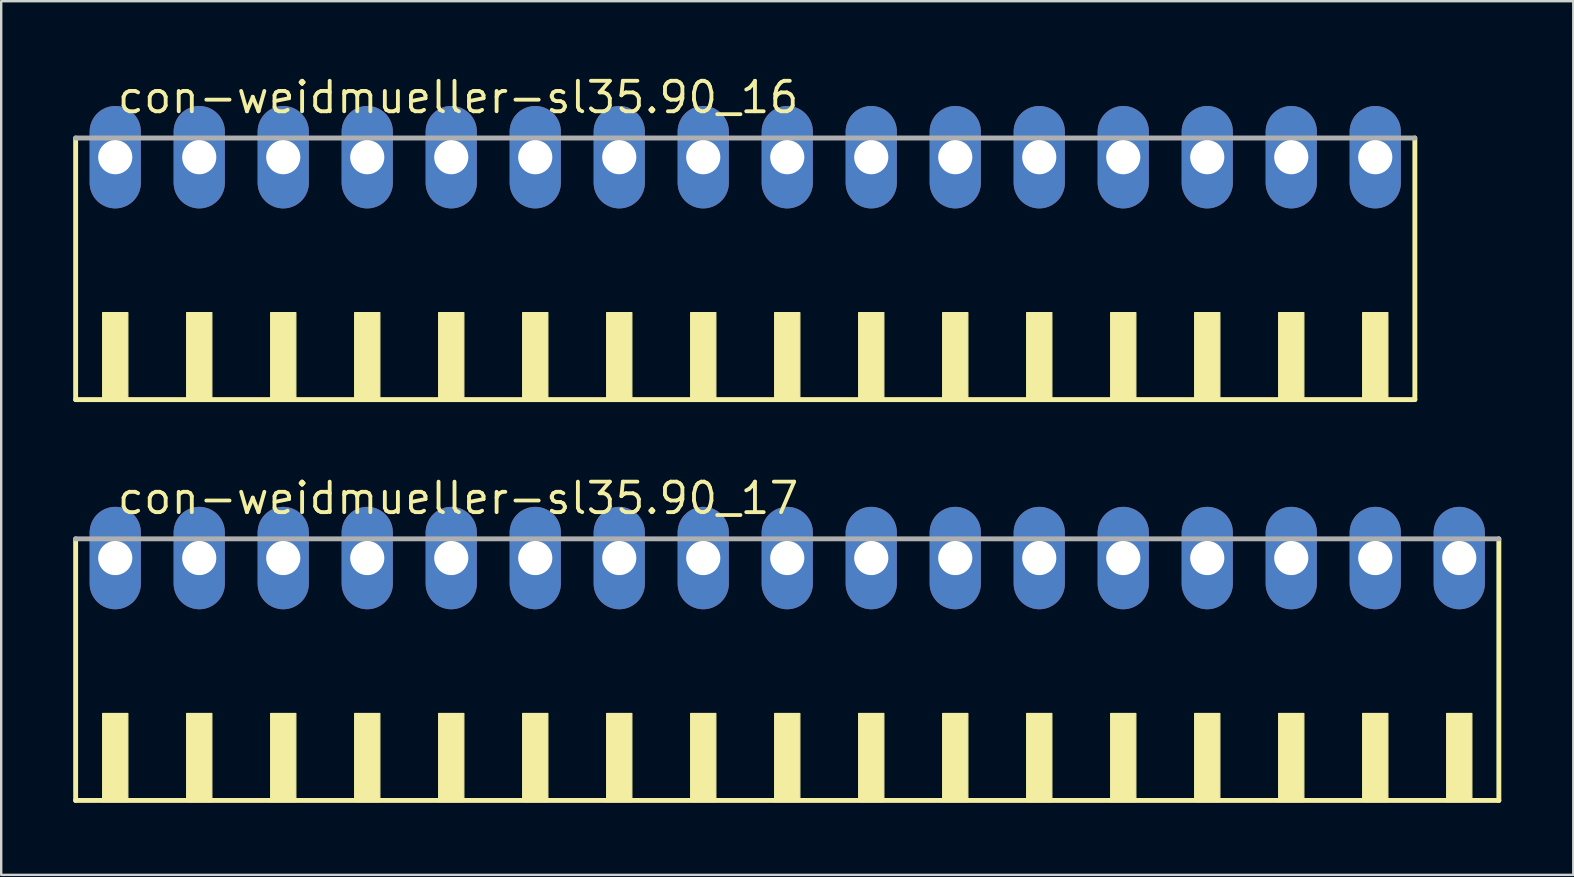
<source format=kicad_pcb>
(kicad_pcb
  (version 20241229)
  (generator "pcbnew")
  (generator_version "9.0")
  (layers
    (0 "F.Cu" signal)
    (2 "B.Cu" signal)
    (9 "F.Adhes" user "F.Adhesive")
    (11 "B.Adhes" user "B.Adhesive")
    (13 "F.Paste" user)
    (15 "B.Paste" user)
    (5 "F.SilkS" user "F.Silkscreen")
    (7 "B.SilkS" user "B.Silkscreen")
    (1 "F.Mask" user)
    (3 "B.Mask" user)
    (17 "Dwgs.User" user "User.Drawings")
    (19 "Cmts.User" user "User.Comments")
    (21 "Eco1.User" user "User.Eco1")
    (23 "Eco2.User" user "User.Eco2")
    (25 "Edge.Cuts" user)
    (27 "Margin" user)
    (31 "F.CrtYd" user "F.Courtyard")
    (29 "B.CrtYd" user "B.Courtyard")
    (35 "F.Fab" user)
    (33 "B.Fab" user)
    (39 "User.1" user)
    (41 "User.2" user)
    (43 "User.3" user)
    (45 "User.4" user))
  (footprint "con-weidmueller-sl35.90_17"
    (layer "F.Cu")
    (at 29.752 25.452)
    (property "Reference" "con-weidmueller-sl35.90_17" (at -28 -7 0) (layer "F.SilkS") (effects (font (size 1.27 1.27) (thickness 0.16)) (justify left bottom)))
    (attr through_hole)
    (fp_line (start -29.65 -6.05) (end -29.65 4.85) (stroke (width 0.203) (type default)) (layer "F.SilkS"))
    (fp_line (start -29.65 4.85) (end 29.65 4.85) (stroke (width 0.203) (type default)) (layer "F.SilkS"))
    (fp_line (start 29.65 4.85) (end 29.65 -6.05) (stroke (width 0.203) (type default)) (layer "F.SilkS"))
    (fp_rect (start -28.525 4.9) (end -27.475 1.225) (stroke (width 0.05) (type default)) (fill yes) (layer "F.SilkS"))
    (fp_rect (start -25.025 4.9) (end -23.975 1.225) (stroke (width 0.05) (type default)) (fill yes) (layer "F.SilkS"))
    (fp_rect (start -21.525 4.9) (end -20.475 1.225) (stroke (width 0.05) (type default)) (fill yes) (layer "F.SilkS"))
    (fp_rect (start -18.025 4.9) (end -16.975 1.225) (stroke (width 0.05) (type default)) (fill yes) (layer "F.SilkS"))
    (fp_rect (start -14.525 4.9) (end -13.475 1.225) (stroke (width 0.05) (type default)) (fill yes) (layer "F.SilkS"))
    (fp_rect (start -11.025 4.9) (end -9.975 1.225) (stroke (width 0.05) (type default)) (fill yes) (layer "F.SilkS"))
    (fp_rect (start -7.525 4.9) (end -6.475 1.225) (stroke (width 0.05) (type default)) (fill yes) (layer "F.SilkS"))
    (fp_rect (start -4.025 4.9) (end -2.975 1.225) (stroke (width 0.05) (type default)) (fill yes) (layer "F.SilkS"))
    (fp_rect (start -0.525 4.9) (end 0.525 1.225) (stroke (width 0.05) (type default)) (fill yes) (layer "F.SilkS"))
    (fp_rect (start 2.975 4.9) (end 4.025 1.225) (stroke (width 0.05) (type default)) (fill yes) (layer "F.SilkS"))
    (fp_rect (start 6.475 4.9) (end 7.525 1.225) (stroke (width 0.05) (type default)) (fill yes) (layer "F.SilkS"))
    (fp_rect (start 9.975 4.9) (end 11.025 1.225) (stroke (width 0.05) (type default)) (fill yes) (layer "F.SilkS"))
    (fp_rect (start 13.475 4.9) (end 14.525 1.225) (stroke (width 0.05) (type default)) (fill yes) (layer "F.SilkS"))
    (fp_rect (start 16.975 4.9) (end 18.025 1.225) (stroke (width 0.05) (type default)) (fill yes) (layer "F.SilkS"))
    (fp_rect (start 20.475 4.9) (end 21.525 1.225) (stroke (width 0.05) (type default)) (fill yes) (layer "F.SilkS"))
    (fp_rect (start 23.975 4.9) (end 25.025 1.225) (stroke (width 0.05) (type default)) (fill yes) (layer "F.SilkS"))
    (fp_rect (start 27.475 4.9) (end 28.525 1.225) (stroke (width 0.05) (type default)) (fill yes) (layer "F.SilkS"))
    (fp_line (start 29.65 -6.05) (end -29.65 -6.05) (stroke (width 0.203) (type default)) (layer "F.Fab"))
    (pad "1" thru_hole oval (at -28 -5.25 90) (size 4.267 2.134) (drill 1.422) (layers "*.Cu" "*.Mask"))
    (pad "2" thru_hole oval (at -24.5 -5.25 90) (size 4.267 2.134) (drill 1.422) (layers "*.Cu" "*.Mask"))
    (pad "3" thru_hole oval (at -21 -5.25 90) (size 4.267 2.134) (drill 1.422) (layers "*.Cu" "*.Mask"))
    (pad "4" thru_hole oval (at -17.5 -5.25 90) (size 4.267 2.134) (drill 1.422) (layers "*.Cu" "*.Mask"))
    (pad "5" thru_hole oval (at -14 -5.25 90) (size 4.267 2.134) (drill 1.422) (layers "*.Cu" "*.Mask"))
    (pad "6" thru_hole oval (at -10.5 -5.25 90) (size 4.267 2.134) (drill 1.422) (layers "*.Cu" "*.Mask"))
    (pad "7" thru_hole oval (at -7 -5.25 90) (size 4.267 2.134) (drill 1.422) (layers "*.Cu" "*.Mask"))
    (pad "8" thru_hole oval (at -3.5 -5.25 90) (size 4.267 2.134) (drill 1.422) (layers "*.Cu" "*.Mask"))
    (pad "9" thru_hole oval (at 0 -5.25 90) (size 4.267 2.134) (drill 1.422) (layers "*.Cu" "*.Mask"))
    (pad "10" thru_hole oval (at 3.5 -5.25 90) (size 4.267 2.134) (drill 1.422) (layers "*.Cu" "*.Mask"))
    (pad "11" thru_hole oval (at 7 -5.25 90) (size 4.267 2.134) (drill 1.422) (layers "*.Cu" "*.Mask"))
    (pad "12" thru_hole oval (at 10.5 -5.25 90) (size 4.267 2.134) (drill 1.422) (layers "*.Cu" "*.Mask"))
    (pad "13" thru_hole oval (at 14 -5.25 90) (size 4.267 2.134) (drill 1.422) (layers "*.Cu" "*.Mask"))
    (pad "14" thru_hole oval (at 17.5 -5.25 90) (size 4.267 2.134) (drill 1.422) (layers "*.Cu" "*.Mask"))
    (pad "15" thru_hole oval (at 21 -5.25 90) (size 4.267 2.134) (drill 1.422) (layers "*.Cu" "*.Mask"))
    (pad "16" thru_hole oval (at 24.5 -5.25 90) (size 4.267 2.134) (drill 1.422) (layers "*.Cu" "*.Mask"))
    (pad "17" thru_hole oval (at 28 -5.25 90) (size 4.267 2.134) (drill 1.422) (layers "*.Cu" "*.Mask")))
  (footprint "con-weidmueller-sl35.90_16"
    (layer "F.Cu")
    (at 28.002 8.75)
    (property "Reference" "con-weidmueller-sl35.90_16" (at -26.25 -7 0) (layer "F.SilkS") (effects (font (size 1.27 1.27) (thickness 0.16)) (justify left bottom)))
    (attr through_hole)
    (fp_line (start -27.9 -6.05) (end -27.9 4.85) (stroke (width 0.203) (type default)) (layer "F.SilkS"))
    (fp_line (start -27.9 4.85) (end 27.9 4.85) (stroke (width 0.203) (type default)) (layer "F.SilkS"))
    (fp_line (start 27.9 4.85) (end 27.9 -6.05) (stroke (width 0.203) (type default)) (layer "F.SilkS"))
    (fp_rect (start -26.775 4.9) (end -25.725 1.225) (stroke (width 0.05) (type default)) (fill yes) (layer "F.SilkS"))
    (fp_rect (start -23.275 4.9) (end -22.225 1.225) (stroke (width 0.05) (type default)) (fill yes) (layer "F.SilkS"))
    (fp_rect (start -19.775 4.9) (end -18.725 1.225) (stroke (width 0.05) (type default)) (fill yes) (layer "F.SilkS"))
    (fp_rect (start -16.275 4.9) (end -15.225 1.225) (stroke (width 0.05) (type default)) (fill yes) (layer "F.SilkS"))
    (fp_rect (start -12.775 4.9) (end -11.725 1.225) (stroke (width 0.05) (type default)) (fill yes) (layer "F.SilkS"))
    (fp_rect (start -9.275 4.9) (end -8.225 1.225) (stroke (width 0.05) (type default)) (fill yes) (layer "F.SilkS"))
    (fp_rect (start -5.775 4.9) (end -4.725 1.225) (stroke (width 0.05) (type default)) (fill yes) (layer "F.SilkS"))
    (fp_rect (start -2.275 4.9) (end -1.225 1.225) (stroke (width 0.05) (type default)) (fill yes) (layer "F.SilkS"))
    (fp_rect (start 1.225 4.9) (end 2.275 1.225) (stroke (width 0.05) (type default)) (fill yes) (layer "F.SilkS"))
    (fp_rect (start 4.725 4.9) (end 5.775 1.225) (stroke (width 0.05) (type default)) (fill yes) (layer "F.SilkS"))
    (fp_rect (start 8.225 4.9) (end 9.275 1.225) (stroke (width 0.05) (type default)) (fill yes) (layer "F.SilkS"))
    (fp_rect (start 11.725 4.9) (end 12.775 1.225) (stroke (width 0.05) (type default)) (fill yes) (layer "F.SilkS"))
    (fp_rect (start 15.225 4.9) (end 16.275 1.225) (stroke (width 0.05) (type default)) (fill yes) (layer "F.SilkS"))
    (fp_rect (start 18.725 4.9) (end 19.775 1.225) (stroke (width 0.05) (type default)) (fill yes) (layer "F.SilkS"))
    (fp_rect (start 22.225 4.9) (end 23.275 1.225) (stroke (width 0.05) (type default)) (fill yes) (layer "F.SilkS"))
    (fp_rect (start 25.725 4.9) (end 26.775 1.225) (stroke (width 0.05) (type default)) (fill yes) (layer "F.SilkS"))
    (fp_line (start 27.9 -6.05) (end -27.9 -6.05) (stroke (width 0.203) (type default)) (layer "F.Fab"))
    (pad "1" thru_hole oval (at -26.25 -5.25 90) (size 4.267 2.134) (drill 1.422) (layers "*.Cu" "*.Mask"))
    (pad "2" thru_hole oval (at -22.75 -5.25 90) (size 4.267 2.134) (drill 1.422) (layers "*.Cu" "*.Mask"))
    (pad "3" thru_hole oval (at -19.25 -5.25 90) (size 4.267 2.134) (drill 1.422) (layers "*.Cu" "*.Mask"))
    (pad "4" thru_hole oval (at -15.75 -5.25 90) (size 4.267 2.134) (drill 1.422) (layers "*.Cu" "*.Mask"))
    (pad "5" thru_hole oval (at -12.25 -5.25 90) (size 4.267 2.134) (drill 1.422) (layers "*.Cu" "*.Mask"))
    (pad "6" thru_hole oval (at -8.75 -5.25 90) (size 4.267 2.134) (drill 1.422) (layers "*.Cu" "*.Mask"))
    (pad "7" thru_hole oval (at -5.25 -5.25 90) (size 4.267 2.134) (drill 1.422) (layers "*.Cu" "*.Mask"))
    (pad "8" thru_hole oval (at -1.75 -5.25 90) (size 4.267 2.134) (drill 1.422) (layers "*.Cu" "*.Mask"))
    (pad "9" thru_hole oval (at 1.75 -5.25 90) (size 4.267 2.134) (drill 1.422) (layers "*.Cu" "*.Mask"))
    (pad "10" thru_hole oval (at 5.25 -5.25 90) (size 4.267 2.134) (drill 1.422) (layers "*.Cu" "*.Mask"))
    (pad "11" thru_hole oval (at 8.75 -5.25 90) (size 4.267 2.134) (drill 1.422) (layers "*.Cu" "*.Mask"))
    (pad "12" thru_hole oval (at 12.25 -5.25 90) (size 4.267 2.134) (drill 1.422) (layers "*.Cu" "*.Mask"))
    (pad "13" thru_hole oval (at 15.75 -5.25 90) (size 4.267 2.134) (drill 1.422) (layers "*.Cu" "*.Mask"))
    (pad "14" thru_hole oval (at 19.25 -5.25 90) (size 4.267 2.134) (drill 1.422) (layers "*.Cu" "*.Mask"))
    (pad "15" thru_hole oval (at 22.75 -5.25 90) (size 4.267 2.134) (drill 1.422) (layers "*.Cu" "*.Mask"))
    (pad "16" thru_hole oval (at 26.25 -5.25 90) (size 4.267 2.134) (drill 1.422) (layers "*.Cu" "*.Mask")))
  (gr_rect
    (start -3 -3)
    (end 62.503 33.403)
    (stroke (width 0.1) (type default))
    (fill no)
    (layer "Edge.Cuts")))
</source>
